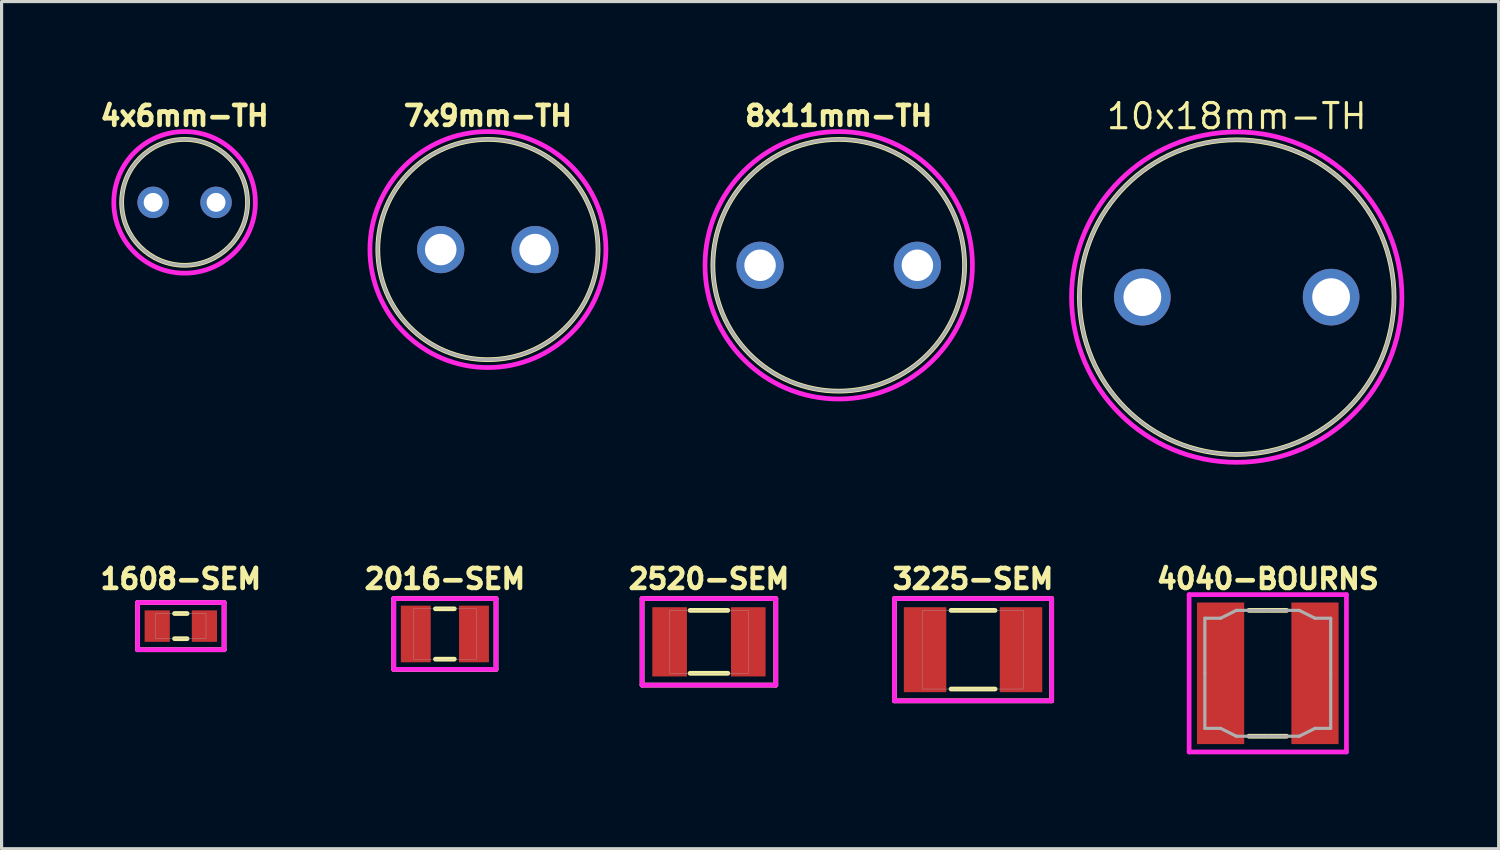
<source format=kicad_pcb>
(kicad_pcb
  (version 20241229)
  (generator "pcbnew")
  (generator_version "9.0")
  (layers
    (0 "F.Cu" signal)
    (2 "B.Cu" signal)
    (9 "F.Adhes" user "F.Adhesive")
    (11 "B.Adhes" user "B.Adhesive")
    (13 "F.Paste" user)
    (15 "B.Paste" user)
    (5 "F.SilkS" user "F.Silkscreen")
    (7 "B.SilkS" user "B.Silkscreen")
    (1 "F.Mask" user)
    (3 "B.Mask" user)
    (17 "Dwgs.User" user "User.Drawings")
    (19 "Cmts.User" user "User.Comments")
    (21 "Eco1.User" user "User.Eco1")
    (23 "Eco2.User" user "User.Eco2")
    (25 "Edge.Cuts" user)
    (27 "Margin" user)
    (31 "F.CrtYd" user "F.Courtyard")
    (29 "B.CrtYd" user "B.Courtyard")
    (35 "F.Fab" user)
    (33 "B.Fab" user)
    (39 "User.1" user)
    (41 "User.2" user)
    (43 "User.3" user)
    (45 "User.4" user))
  (footprint "4040-BOURNS"
    (layer "F.Cu")
    (at 37.245 18.35)
    (property "Reference" "4040-BOURNS" (at 0 -3 0) (layer "F.SilkS") (effects (font (size 0.63 0.63) (thickness 0.15))))
    (attr smd)
    (fp_line (start -0.6 -2) (end 0.6 -2) (stroke (width 0.15) (type solid)) (layer "F.SilkS"))
    (fp_line (start -0.6 2) (end 0.6 2) (stroke (width 0.15) (type solid)) (layer "F.SilkS"))
    (fp_line (start -2.5 -2.5) (end 2.5 -2.5) (stroke (width 0.15) (type solid)) (layer "F.CrtYd"))
    (fp_line (start -2.5 2.5) (end -2.5 -2.5) (stroke (width 0.15) (type solid)) (layer "F.CrtYd"))
    (fp_line (start 2.5 -2.5) (end 2.5 2.5) (stroke (width 0.15) (type solid)) (layer "F.CrtYd"))
    (fp_line (start 2.5 2.5) (end -2.5 2.5) (stroke (width 0.15) (type solid)) (layer "F.CrtYd"))
    (fp_line (start -2 -1.75) (end -2 0) (stroke (width 0.1) (type solid)) (layer "F.Fab"))
    (fp_line (start -2 -1.75) (end -1.5 -1.75) (stroke (width 0.1) (type solid)) (layer "F.Fab"))
    (fp_line (start -2 1.75) (end -2 0) (stroke (width 0.1) (type solid)) (layer "F.Fab"))
    (fp_line (start -2 1.75) (end -1.5 1.75) (stroke (width 0.1) (type solid)) (layer "F.Fab"))
    (fp_line (start -1.5 -1.75) (end -1 -2) (stroke (width 0.1) (type solid)) (layer "F.Fab"))
    (fp_line (start -1.5 1.75) (end -1 2) (stroke (width 0.1) (type solid)) (layer "F.Fab"))
    (fp_line (start -1 -2) (end 0 -2) (stroke (width 0.1) (type solid)) (layer "F.Fab"))
    (fp_line (start -1 2) (end 0 2) (stroke (width 0.1) (type solid)) (layer "F.Fab"))
    (fp_line (start 1 -2) (end 0 -2) (stroke (width 0.1) (type solid)) (layer "F.Fab"))
    (fp_line (start 1 2) (end 0 2) (stroke (width 0.1) (type solid)) (layer "F.Fab"))
    (fp_line (start 1.5 -1.75) (end 1 -2) (stroke (width 0.1) (type solid)) (layer "F.Fab"))
    (fp_line (start 1.5 1.75) (end 1 2) (stroke (width 0.1) (type solid)) (layer "F.Fab"))
    (fp_line (start 2 -1.75) (end 1.5 -1.75) (stroke (width 0.1) (type solid)) (layer "F.Fab"))
    (fp_line (start 2 -1.75) (end 2 0) (stroke (width 0.1) (type solid)) (layer "F.Fab"))
    (fp_line (start 2 1.75) (end 1.5 1.75) (stroke (width 0.1) (type solid)) (layer "F.Fab"))
    (fp_line (start 2 1.75) (end 2 0) (stroke (width 0.1) (type solid)) (layer "F.Fab"))
    (pad "1" smd rect (at -1.5 0) (size 1.5 4.5) (layers "F.Cu" "F.Mask" "F.Paste"))
    (pad "2" smd rect (at 1.5 0) (size 1.5 4.5) (layers "F.Cu" "F.Mask" "F.Paste")))
  (footprint "2520-SEM"
    (layer "F.Cu")
    (at 19.483 17.35)
    (property "Reference" "2520-SEM" (at 0 -2 0) (layer "F.SilkS") (effects (font (size 0.63 0.63) (thickness 0.15))))
    (attr smd)
    (fp_line (start -2.125 -1.375) (end -2.125 1.375) (stroke (width 0.15) (type solid)) (layer "F.SilkS"))
    (fp_line (start -2.125 1.375) (end 2.125 1.375) (stroke (width 0.15) (type solid)) (layer "F.SilkS"))
    (fp_line (start -0.6 -1) (end 0.6 -1) (stroke (width 0.15) (type solid)) (layer "F.SilkS"))
    (fp_line (start -0.6 1) (end 0.6 1) (stroke (width 0.15) (type solid)) (layer "F.SilkS"))
    (fp_line (start 2.125 -1.375) (end -2.125 -1.375) (stroke (width 0.15) (type solid)) (layer "F.SilkS"))
    (fp_line (start 2.125 1.375) (end 2.125 -1.375) (stroke (width 0.15) (type solid)) (layer "F.SilkS"))
    (fp_line (start -2.125 -1.375) (end -2.125 1.375) (stroke (width 0.15) (type solid)) (layer "F.CrtYd"))
    (fp_line (start -2.125 1.375) (end 2.125 1.375) (stroke (width 0.15) (type solid)) (layer "F.CrtYd"))
    (fp_line (start 2.125 -1.375) (end -2.125 -1.375) (stroke (width 0.15) (type solid)) (layer "F.CrtYd"))
    (fp_line (start 2.125 1.375) (end 2.125 -1.375) (stroke (width 0.15) (type solid)) (layer "F.CrtYd"))
    (fp_poly (pts (xy -1.25 -1) (xy 1.25 -1) (xy 1.25 1) (xy -1.25 1)) (stroke (width 0.01) (type solid)) (fill no) (layer "F.Fab"))
    (pad "1" smd rect (at -1.25 0) (size 1.1 2.2) (layers "F.Cu" "F.Mask" "F.Paste"))
    (pad "2" smd rect (at 1.25 0) (size 1.1 2.2) (layers "F.Cu" "F.Mask" "F.Paste")))
  (footprint "7x9mm-TH"
    (layer "F.Cu")
    (at 12.458 4.882)
    (property "Reference" "7x9mm-TH" (at 0 -4.25 0) (layer "F.SilkS") (effects (font (size 0.63 0.63) (thickness 0.15))))
    (attr through_hole)
    (fp_circle (center 0 0) (end 3.5 0) (stroke (width 0.15) (type solid)) (fill no) (layer "F.SilkS"))
    (fp_circle (center 0 0) (end 3.75 0) (stroke (width 0.15) (type solid)) (fill no) (layer "F.CrtYd"))
    (fp_circle (center 0 0) (end 3.5 0) (stroke (width 0.1) (type solid)) (fill no) (layer "F.Fab"))
    (pad "1" thru_hole circle (at -1.5 0) (size 1.5 1.5) (drill 1) (layers "*.Cu" "*.Mask"))
    (pad "2" thru_hole circle (at 1.5 0) (size 1.5 1.5) (drill 1) (layers "*.Cu" "*.Mask")))
  (footprint "4x6mm-TH"
    (layer "F.Cu")
    (at 2.817 3.382)
    (property "Reference" "4x6mm-TH" (at 0 -2.75 0) (layer "F.SilkS") (effects (font (size 0.63 0.63) (thickness 0.15))))
    (attr through_hole)
    (fp_circle (center 0 0) (end 2 0) (stroke (width 0.15) (type solid)) (fill no) (layer "F.SilkS"))
    (fp_circle (center 0 0) (end 2.25 0) (stroke (width 0.15) (type solid)) (fill no) (layer "F.CrtYd"))
    (fp_circle (center 0 0) (end 2 0) (stroke (width 0.1) (type solid)) (fill no) (layer "F.Fab"))
    (pad "1" thru_hole circle (at -1 0) (size 1 1) (drill 0.6) (layers "*.Cu" "*.Mask"))
    (pad "2" thru_hole circle (at 1 0) (size 1 1) (drill 0.6) (layers "*.Cu" "*.Mask")))
  (footprint "10x18mm-TH"
    (layer "F.Cu")
    (at 36.258 6.394)
    (property "Reference" "10x18mm-TH" (at 0 -5.75 0) (layer "F.SilkS") (effects (font (size 0.8 0.8) (thickness 0.1))))
    (attr through_hole)
    (fp_circle (center 0 0) (end 5 0) (stroke (width 0.15) (type solid)) (fill no) (layer "F.SilkS"))
    (fp_circle (center 0 0) (end 5.25 0) (stroke (width 0.15) (type solid)) (fill no) (layer "F.CrtYd"))
    (fp_circle (center 0 0) (end 5 0) (stroke (width 0.1) (type solid)) (fill no) (layer "F.Fab"))
    (pad "1" thru_hole circle (at -3 0) (size 1.8 1.8) (drill 1.2) (layers "*.Cu" "*.Mask"))
    (pad "2" thru_hole circle (at 3 0) (size 1.8 1.8) (drill 1.2) (layers "*.Cu" "*.Mask")))
  (footprint "2016-SEM"
    (layer "F.Cu")
    (at 11.09 17.1)
    (property "Reference" "2016-SEM" (at 0 -1.75 0) (layer "F.SilkS") (effects (font (size 0.63 0.63) (thickness 0.15))))
    (attr smd)
    (fp_line (start -1.625 -1.125) (end -1.625 1.125) (stroke (width 0.15) (type solid)) (layer "F.SilkS"))
    (fp_line (start -1.625 1.125) (end 1.625 1.125) (stroke (width 0.15) (type solid)) (layer "F.SilkS"))
    (fp_line (start -0.3 -0.8) (end 0.3 -0.8) (stroke (width 0.15) (type solid)) (layer "F.SilkS"))
    (fp_line (start -0.3 0.8) (end 0.3 0.8) (stroke (width 0.15) (type solid)) (layer "F.SilkS"))
    (fp_line (start 1.625 -1.125) (end -1.625 -1.125) (stroke (width 0.15) (type solid)) (layer "F.SilkS"))
    (fp_line (start 1.625 1.125) (end 1.625 -1.125) (stroke (width 0.15) (type solid)) (layer "F.SilkS"))
    (fp_line (start -1.625 -1.125) (end -1.625 1.125) (stroke (width 0.15) (type solid)) (layer "F.CrtYd"))
    (fp_line (start -1.625 1.125) (end 1.625 1.125) (stroke (width 0.15) (type solid)) (layer "F.CrtYd"))
    (fp_line (start 1.625 -1.125) (end -1.625 -1.125) (stroke (width 0.15) (type solid)) (layer "F.CrtYd"))
    (fp_line (start 1.625 1.125) (end 1.625 -1.125) (stroke (width 0.15) (type solid)) (layer "F.CrtYd"))
    (fp_poly (pts (xy -1 -0.8) (xy 1 -0.8) (xy 1 0.8) (xy -1 0.8)) (stroke (width 0.01) (type solid)) (fill no) (layer "F.Fab"))
    (pad "1" smd rect (at -0.925 0) (size 0.95 1.8) (layers "F.Cu" "F.Mask" "F.Paste"))
    (pad "2" smd rect (at 0.925 0) (size 0.95 1.8) (layers "F.Cu" "F.Mask" "F.Paste")))
  (footprint "8x11mm-TH"
    (layer "F.Cu")
    (at 23.608 5.382)
    (property "Reference" "8x11mm-TH" (at 0 -4.75 0) (layer "F.SilkS") (effects (font (size 0.63 0.63) (thickness 0.15))))
    (attr through_hole)
    (fp_circle (center 0 0) (end 4 0) (stroke (width 0.15) (type solid)) (fill no) (layer "F.SilkS"))
    (fp_circle (center 0 0) (end 4.25 0) (stroke (width 0.15) (type solid)) (fill no) (layer "F.CrtYd"))
    (fp_circle (center 0 0) (end 4 0) (stroke (width 0.1) (type solid)) (fill no) (layer "F.Fab"))
    (pad "1" thru_hole circle (at -2.5 0) (size 1.5 1.5) (drill 1) (layers "*.Cu" "*.Mask"))
    (pad "2" thru_hole circle (at 2.5 0) (size 1.5 1.5) (drill 1) (layers "*.Cu" "*.Mask")))
  (footprint "1608-SEM"
    (layer "F.Cu")
    (at 2.697 16.85)
    (property "Reference" "1608-SEM" (at 0 -1.5 0) (layer "F.SilkS") (effects (font (size 0.63 0.63) (thickness 0.15))))
    (attr smd)
    (fp_line (start -1.375 -0.75) (end -1.375 0.75) (stroke (width 0.15) (type solid)) (layer "F.SilkS"))
    (fp_line (start -1.375 0.75) (end 1.375 0.75) (stroke (width 0.15) (type solid)) (layer "F.SilkS"))
    (fp_line (start -0.2 -0.4) (end 0.2 -0.4) (stroke (width 0.15) (type solid)) (layer "F.SilkS"))
    (fp_line (start -0.2 0.4) (end 0.2 0.4) (stroke (width 0.15) (type solid)) (layer "F.SilkS"))
    (fp_line (start 1.375 -0.75) (end -1.375 -0.75) (stroke (width 0.15) (type solid)) (layer "F.SilkS"))
    (fp_line (start 1.375 0.75) (end 1.375 -0.75) (stroke (width 0.15) (type solid)) (layer "F.SilkS"))
    (fp_line (start -1.375 -0.75) (end -1.375 0.75) (stroke (width 0.15) (type solid)) (layer "F.CrtYd"))
    (fp_line (start -1.375 0.75) (end 1.375 0.75) (stroke (width 0.15) (type solid)) (layer "F.CrtYd"))
    (fp_line (start 1.375 -0.75) (end -1.375 -0.75) (stroke (width 0.15) (type solid)) (layer "F.CrtYd"))
    (fp_line (start 1.375 0.75) (end 1.375 -0.75) (stroke (width 0.15) (type solid)) (layer "F.CrtYd"))
    (fp_poly (pts (xy -0.8 -0.4) (xy 0.8 -0.4) (xy 0.8 0.4) (xy -0.8 0.4)) (stroke (width 0.01) (type solid)) (fill no) (layer "F.Fab"))
    (pad "1" smd rect (at -0.75 0) (size 0.8 1) (layers "F.Cu" "F.Mask" "F.Paste"))
    (pad "2" smd rect (at 0.75 0) (size 0.8 1) (layers "F.Cu" "F.Mask" "F.Paste")))
  (footprint "3225-SEM"
    (layer "F.Cu")
    (at 27.877 17.6)
    (property "Reference" "3225-SEM" (at 0 -2.25 0) (layer "F.SilkS") (effects (font (size 0.63 0.63) (thickness 0.15))))
    (attr smd)
    (fp_line (start -2.5 -1.625) (end -2.5 1.625) (stroke (width 0.15) (type solid)) (layer "F.SilkS"))
    (fp_line (start -2.5 1.625) (end 2.5 1.625) (stroke (width 0.15) (type solid)) (layer "F.SilkS"))
    (fp_line (start -0.7 -1.25) (end 0.7 -1.25) (stroke (width 0.15) (type solid)) (layer "F.SilkS"))
    (fp_line (start -0.7 1.25) (end 0.7 1.25) (stroke (width 0.15) (type solid)) (layer "F.SilkS"))
    (fp_line (start 2.5 -1.625) (end -2.5 -1.625) (stroke (width 0.15) (type solid)) (layer "F.SilkS"))
    (fp_line (start 2.5 1.625) (end 2.5 -1.625) (stroke (width 0.15) (type solid)) (layer "F.SilkS"))
    (fp_line (start -2.5 -1.625) (end -2.5 1.625) (stroke (width 0.15) (type solid)) (layer "F.CrtYd"))
    (fp_line (start -2.5 1.625) (end 2.5 1.625) (stroke (width 0.15) (type solid)) (layer "F.CrtYd"))
    (fp_line (start 2.5 -1.625) (end -2.5 -1.625) (stroke (width 0.15) (type solid)) (layer "F.CrtYd"))
    (fp_line (start 2.5 1.625) (end 2.5 -1.625) (stroke (width 0.15) (type solid)) (layer "F.CrtYd"))
    (fp_rect (start -1.6 -1.25) (end 1.6 1.25) (stroke (width 0.01) (type solid)) (fill no) (layer "F.Fab"))
    (pad "1" smd rect (at -1.525 0) (size 1.35 2.7) (layers "F.Cu" "F.Mask" "F.Paste"))
    (pad "2" smd rect (at 1.525 0) (size 1.35 2.7) (layers "F.Cu" "F.Mask" "F.Paste")))
  (gr_rect
    (start -3 -3)
    (end 44.583 23.925)
    (stroke (width 0.1) (type default))
    (fill no)
    (layer "Edge.Cuts")))
</source>
